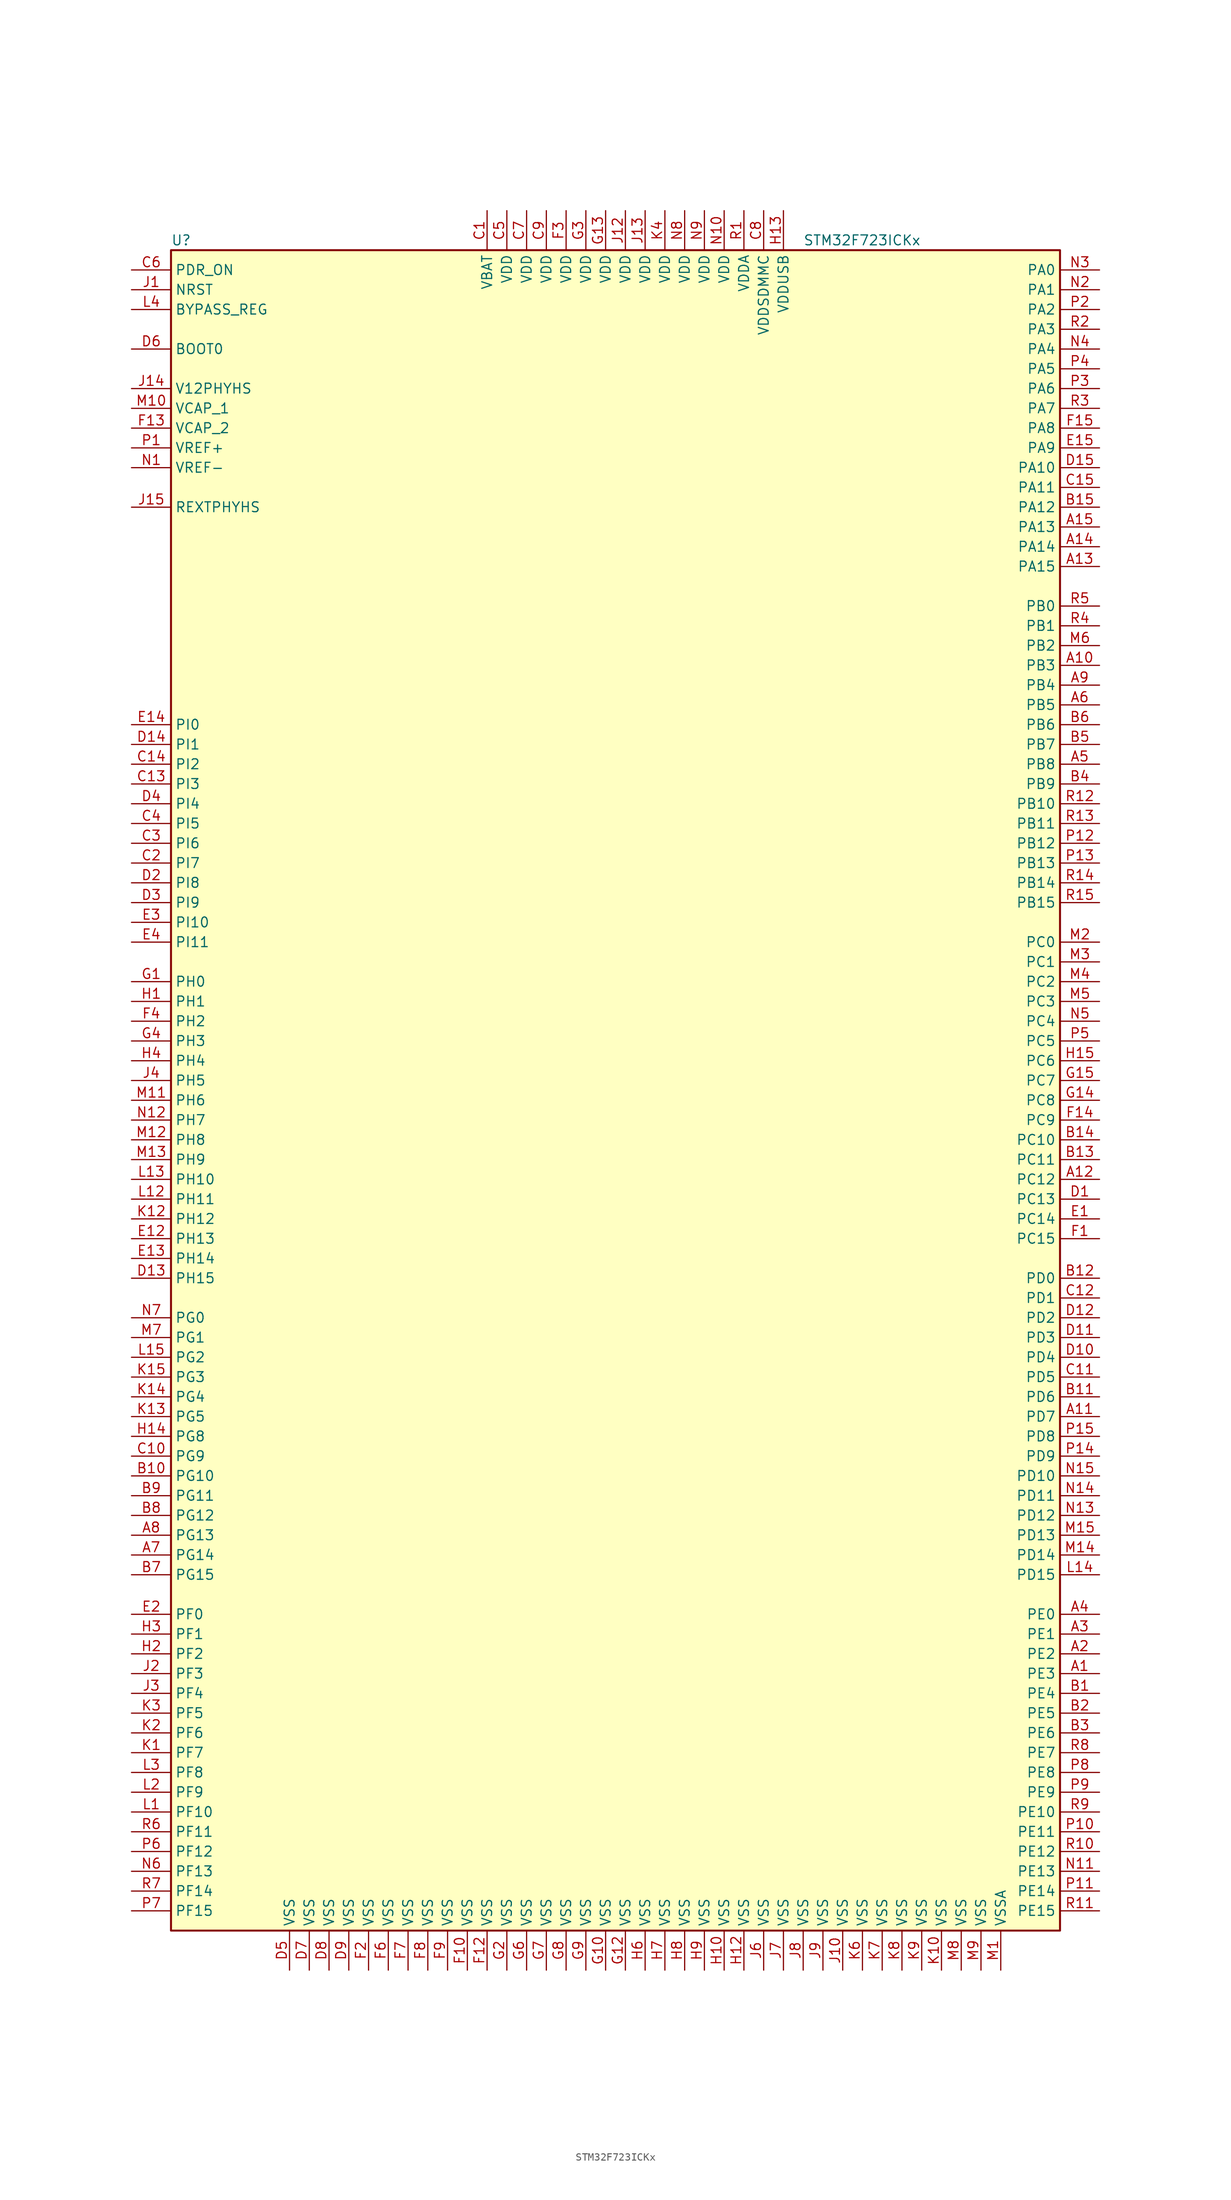
<source format=kicad_sym>
(kicad_symbol_lib
  (version 20211014)
  (generator kicad_symbol_editor)
  (symbol "STM32F723ICKx"
    (property "Reference" "U"
      (at -58.42 107.95 0)
      (effects (font (size 1.27 1.27)) (justify left)))
    (property "Value" "STM32F723ICKx"
      (at 22.86 107.95 0)
      (effects (font (size 1.27 1.27)) (justify left)))
    (symbol "STM32F723ICKx_0_1"
      (rectangle (start -58.42 -109.22) (end 55.88 106.68) (stroke (width 0.254) (type default) (color 0 0 0 0)) (fill (type background))))
    (symbol "STM32F723ICKx_1_1"
      (pin bidirectional line (at 60.96 -76.2 180) (length 5.08) (name "PE3" (effects (font (size 1.27 1.27)))) (number "A1" (effects (font (size 1.27 1.27)))))
      (pin bidirectional line (at 60.96 53.34 180) (length 5.08) (name "PB3" (effects (font (size 1.27 1.27)))) (number "A10" (effects (font (size 1.27 1.27)))))
      (pin bidirectional line (at 60.96 -43.18 180) (length 5.08) (name "PD7" (effects (font (size 1.27 1.27)))) (number "A11" (effects (font (size 1.27 1.27)))))
      (pin bidirectional line (at 60.96 -12.7 180) (length 5.08) (name "PC12" (effects (font (size 1.27 1.27)))) (number "A12" (effects (font (size 1.27 1.27)))))
      (pin bidirectional line (at 60.96 66.04 180) (length 5.08) (name "PA15" (effects (font (size 1.27 1.27)))) (number "A13" (effects (font (size 1.27 1.27)))))
      (pin bidirectional line (at 60.96 68.58 180) (length 5.08) (name "PA14" (effects (font (size 1.27 1.27)))) (number "A14" (effects (font (size 1.27 1.27)))))
      (pin bidirectional line (at 60.96 71.12 180) (length 5.08) (name "PA13" (effects (font (size 1.27 1.27)))) (number "A15" (effects (font (size 1.27 1.27)))))
      (pin bidirectional line (at 60.96 -73.66 180) (length 5.08) (name "PE2" (effects (font (size 1.27 1.27)))) (number "A2" (effects (font (size 1.27 1.27)))))
      (pin bidirectional line (at 60.96 -71.12 180) (length 5.08) (name "PE1" (effects (font (size 1.27 1.27)))) (number "A3" (effects (font (size 1.27 1.27)))))
      (pin bidirectional line (at 60.96 -68.58 180) (length 5.08) (name "PE0" (effects (font (size 1.27 1.27)))) (number "A4" (effects (font (size 1.27 1.27)))))
      (pin bidirectional line (at 60.96 40.64 180) (length 5.08) (name "PB8" (effects (font (size 1.27 1.27)))) (number "A5" (effects (font (size 1.27 1.27)))))
      (pin bidirectional line (at 60.96 48.26 180) (length 5.08) (name "PB5" (effects (font (size 1.27 1.27)))) (number "A6" (effects (font (size 1.27 1.27)))))
      (pin bidirectional line (at -63.5 -60.96 0) (length 5.08) (name "PG14" (effects (font (size 1.27 1.27)))) (number "A7" (effects (font (size 1.27 1.27)))))
      (pin bidirectional line (at -63.5 -58.42 0) (length 5.08) (name "PG13" (effects (font (size 1.27 1.27)))) (number "A8" (effects (font (size 1.27 1.27)))))
      (pin bidirectional line (at 60.96 50.8 180) (length 5.08) (name "PB4" (effects (font (size 1.27 1.27)))) (number "A9" (effects (font (size 1.27 1.27)))))
      (pin bidirectional line (at 60.96 -78.74 180) (length 5.08) (name "PE4" (effects (font (size 1.27 1.27)))) (number "B1" (effects (font (size 1.27 1.27)))))
      (pin bidirectional line (at -63.5 -50.8 0) (length 5.08) (name "PG10" (effects (font (size 1.27 1.27)))) (number "B10" (effects (font (size 1.27 1.27)))))
      (pin bidirectional line (at 60.96 -40.64 180) (length 5.08) (name "PD6" (effects (font (size 1.27 1.27)))) (number "B11" (effects (font (size 1.27 1.27)))))
      (pin bidirectional line (at 60.96 -25.4 180) (length 5.08) (name "PD0" (effects (font (size 1.27 1.27)))) (number "B12" (effects (font (size 1.27 1.27)))))
      (pin bidirectional line (at 60.96 -10.16 180) (length 5.08) (name "PC11" (effects (font (size 1.27 1.27)))) (number "B13" (effects (font (size 1.27 1.27)))))
      (pin bidirectional line (at 60.96 -7.62 180) (length 5.08) (name "PC10" (effects (font (size 1.27 1.27)))) (number "B14" (effects (font (size 1.27 1.27)))))
      (pin bidirectional line (at 60.96 73.66 180) (length 5.08) (name "PA12" (effects (font (size 1.27 1.27)))) (number "B15" (effects (font (size 1.27 1.27)))))
      (pin bidirectional line (at 60.96 -81.28 180) (length 5.08) (name "PE5" (effects (font (size 1.27 1.27)))) (number "B2" (effects (font (size 1.27 1.27)))))
      (pin bidirectional line (at 60.96 -83.82 180) (length 5.08) (name "PE6" (effects (font (size 1.27 1.27)))) (number "B3" (effects (font (size 1.27 1.27)))))
      (pin bidirectional line (at 60.96 38.1 180) (length 5.08) (name "PB9" (effects (font (size 1.27 1.27)))) (number "B4" (effects (font (size 1.27 1.27)))))
      (pin bidirectional line (at 60.96 43.18 180) (length 5.08) (name "PB7" (effects (font (size 1.27 1.27)))) (number "B5" (effects (font (size 1.27 1.27)))))
      (pin bidirectional line (at 60.96 45.72 180) (length 5.08) (name "PB6" (effects (font (size 1.27 1.27)))) (number "B6" (effects (font (size 1.27 1.27)))))
      (pin bidirectional line (at -63.5 -63.5 0) (length 5.08) (name "PG15" (effects (font (size 1.27 1.27)))) (number "B7" (effects (font (size 1.27 1.27)))))
      (pin bidirectional line (at -63.5 -55.88 0) (length 5.08) (name "PG12" (effects (font (size 1.27 1.27)))) (number "B8" (effects (font (size 1.27 1.27)))))
      (pin bidirectional line (at -63.5 -53.34 0) (length 5.08) (name "PG11" (effects (font (size 1.27 1.27)))) (number "B9" (effects (font (size 1.27 1.27)))))
      (pin power_in line (at -17.78 111.76 270) (length 5.08) (name "VBAT" (effects (font (size 1.27 1.27)))) (number "C1" (effects (font (size 1.27 1.27)))))
      (pin bidirectional line (at -63.5 -48.26 0) (length 5.08) (name "PG9" (effects (font (size 1.27 1.27)))) (number "C10" (effects (font (size 1.27 1.27)))))
      (pin bidirectional line (at 60.96 -38.1 180) (length 5.08) (name "PD5" (effects (font (size 1.27 1.27)))) (number "C11" (effects (font (size 1.27 1.27)))))
      (pin bidirectional line (at 60.96 -27.94 180) (length 5.08) (name "PD1" (effects (font (size 1.27 1.27)))) (number "C12" (effects (font (size 1.27 1.27)))))
      (pin bidirectional line (at -63.5 38.1 0) (length 5.08) (name "PI3" (effects (font (size 1.27 1.27)))) (number "C13" (effects (font (size 1.27 1.27)))))
      (pin bidirectional line (at -63.5 40.64 0) (length 5.08) (name "PI2" (effects (font (size 1.27 1.27)))) (number "C14" (effects (font (size 1.27 1.27)))))
      (pin bidirectional line (at 60.96 76.2 180) (length 5.08) (name "PA11" (effects (font (size 1.27 1.27)))) (number "C15" (effects (font (size 1.27 1.27)))))
      (pin bidirectional line (at -63.5 27.94 0) (length 5.08) (name "PI7" (effects (font (size 1.27 1.27)))) (number "C2" (effects (font (size 1.27 1.27)))))
      (pin bidirectional line (at -63.5 30.48 0) (length 5.08) (name "PI6" (effects (font (size 1.27 1.27)))) (number "C3" (effects (font (size 1.27 1.27)))))
      (pin bidirectional line (at -63.5 33.02 0) (length 5.08) (name "PI5" (effects (font (size 1.27 1.27)))) (number "C4" (effects (font (size 1.27 1.27)))))
      (pin power_in line (at -15.24 111.76 270) (length 5.08) (name "VDD" (effects (font (size 1.27 1.27)))) (number "C5" (effects (font (size 1.27 1.27)))))
      (pin input line (at -63.5 104.14 0) (length 5.08) (name "PDR_ON" (effects (font (size 1.27 1.27)))) (number "C6" (effects (font (size 1.27 1.27)))))
      (pin power_in line (at -12.7 111.76 270) (length 5.08) (name "VDD" (effects (font (size 1.27 1.27)))) (number "C7" (effects (font (size 1.27 1.27)))))
      (pin power_in line (at 17.78 111.76 270) (length 5.08) (name "VDDSDMMC" (effects (font (size 1.27 1.27)))) (number "C8" (effects (font (size 1.27 1.27)))))
      (pin power_in line (at -10.16 111.76 270) (length 5.08) (name "VDD" (effects (font (size 1.27 1.27)))) (number "C9" (effects (font (size 1.27 1.27)))))
      (pin bidirectional line (at 60.96 -15.24 180) (length 5.08) (name "PC13" (effects (font (size 1.27 1.27)))) (number "D1" (effects (font (size 1.27 1.27)))))
      (pin bidirectional line (at 60.96 -35.56 180) (length 5.08) (name "PD4" (effects (font (size 1.27 1.27)))) (number "D10" (effects (font (size 1.27 1.27)))))
      (pin bidirectional line (at 60.96 -33.02 180) (length 5.08) (name "PD3" (effects (font (size 1.27 1.27)))) (number "D11" (effects (font (size 1.27 1.27)))))
      (pin bidirectional line (at 60.96 -30.48 180) (length 5.08) (name "PD2" (effects (font (size 1.27 1.27)))) (number "D12" (effects (font (size 1.27 1.27)))))
      (pin bidirectional line (at -63.5 -25.4 0) (length 5.08) (name "PH15" (effects (font (size 1.27 1.27)))) (number "D13" (effects (font (size 1.27 1.27)))))
      (pin bidirectional line (at -63.5 43.18 0) (length 5.08) (name "PI1" (effects (font (size 1.27 1.27)))) (number "D14" (effects (font (size 1.27 1.27)))))
      (pin bidirectional line (at 60.96 78.74 180) (length 5.08) (name "PA10" (effects (font (size 1.27 1.27)))) (number "D15" (effects (font (size 1.27 1.27)))))
      (pin bidirectional line (at -63.5 25.4 0) (length 5.08) (name "PI8" (effects (font (size 1.27 1.27)))) (number "D2" (effects (font (size 1.27 1.27)))))
      (pin bidirectional line (at -63.5 22.86 0) (length 5.08) (name "PI9" (effects (font (size 1.27 1.27)))) (number "D3" (effects (font (size 1.27 1.27)))))
      (pin bidirectional line (at -63.5 35.56 0) (length 5.08) (name "PI4" (effects (font (size 1.27 1.27)))) (number "D4" (effects (font (size 1.27 1.27)))))
      (pin power_in line (at -43.18 -114.3 90) (length 5.08) (name "VSS" (effects (font (size 1.27 1.27)))) (number "D5" (effects (font (size 1.27 1.27)))))
      (pin input line (at -63.5 93.98 0) (length 5.08) (name "BOOT0" (effects (font (size 1.27 1.27)))) (number "D6" (effects (font (size 1.27 1.27)))))
      (pin power_in line (at -40.64 -114.3 90) (length 5.08) (name "VSS" (effects (font (size 1.27 1.27)))) (number "D7" (effects (font (size 1.27 1.27)))))
      (pin power_in line (at -38.1 -114.3 90) (length 5.08) (name "VSS" (effects (font (size 1.27 1.27)))) (number "D8" (effects (font (size 1.27 1.27)))))
      (pin power_in line (at -35.56 -114.3 90) (length 5.08) (name "VSS" (effects (font (size 1.27 1.27)))) (number "D9" (effects (font (size 1.27 1.27)))))
      (pin bidirectional line (at 60.96 -17.78 180) (length 5.08) (name "PC14" (effects (font (size 1.27 1.27)))) (number "E1" (effects (font (size 1.27 1.27)))))
      (pin bidirectional line (at -63.5 -20.32 0) (length 5.08) (name "PH13" (effects (font (size 1.27 1.27)))) (number "E12" (effects (font (size 1.27 1.27)))))
      (pin bidirectional line (at -63.5 -22.86 0) (length 5.08) (name "PH14" (effects (font (size 1.27 1.27)))) (number "E13" (effects (font (size 1.27 1.27)))))
      (pin bidirectional line (at -63.5 45.72 0) (length 5.08) (name "PI0" (effects (font (size 1.27 1.27)))) (number "E14" (effects (font (size 1.27 1.27)))))
      (pin bidirectional line (at 60.96 81.28 180) (length 5.08) (name "PA9" (effects (font (size 1.27 1.27)))) (number "E15" (effects (font (size 1.27 1.27)))))
      (pin bidirectional line (at -63.5 -68.58 0) (length 5.08) (name "PF0" (effects (font (size 1.27 1.27)))) (number "E2" (effects (font (size 1.27 1.27)))))
      (pin bidirectional line (at -63.5 20.32 0) (length 5.08) (name "PI10" (effects (font (size 1.27 1.27)))) (number "E3" (effects (font (size 1.27 1.27)))))
      (pin bidirectional line (at -63.5 17.78 0) (length 5.08) (name "PI11" (effects (font (size 1.27 1.27)))) (number "E4" (effects (font (size 1.27 1.27)))))
      (pin bidirectional line (at 60.96 -20.32 180) (length 5.08) (name "PC15" (effects (font (size 1.27 1.27)))) (number "F1" (effects (font (size 1.27 1.27)))))
      (pin power_in line (at -20.32 -114.3 90) (length 5.08) (name "VSS" (effects (font (size 1.27 1.27)))) (number "F10" (effects (font (size 1.27 1.27)))))
      (pin power_in line (at -17.78 -114.3 90) (length 5.08) (name "VSS" (effects (font (size 1.27 1.27)))) (number "F12" (effects (font (size 1.27 1.27)))))
      (pin power_in line (at -63.5 83.82 0) (length 5.08) (name "VCAP_2" (effects (font (size 1.27 1.27)))) (number "F13" (effects (font (size 1.27 1.27)))))
      (pin bidirectional line (at 60.96 -5.08 180) (length 5.08) (name "PC9" (effects (font (size 1.27 1.27)))) (number "F14" (effects (font (size 1.27 1.27)))))
      (pin bidirectional line (at 60.96 83.82 180) (length 5.08) (name "PA8" (effects (font (size 1.27 1.27)))) (number "F15" (effects (font (size 1.27 1.27)))))
      (pin power_in line (at -33.02 -114.3 90) (length 5.08) (name "VSS" (effects (font (size 1.27 1.27)))) (number "F2" (effects (font (size 1.27 1.27)))))
      (pin power_in line (at -7.62 111.76 270) (length 5.08) (name "VDD" (effects (font (size 1.27 1.27)))) (number "F3" (effects (font (size 1.27 1.27)))))
      (pin bidirectional line (at -63.5 7.62 0) (length 5.08) (name "PH2" (effects (font (size 1.27 1.27)))) (number "F4" (effects (font (size 1.27 1.27)))))
      (pin power_in line (at -30.48 -114.3 90) (length 5.08) (name "VSS" (effects (font (size 1.27 1.27)))) (number "F6" (effects (font (size 1.27 1.27)))))
      (pin power_in line (at -27.94 -114.3 90) (length 5.08) (name "VSS" (effects (font (size 1.27 1.27)))) (number "F7" (effects (font (size 1.27 1.27)))))
      (pin power_in line (at -25.4 -114.3 90) (length 5.08) (name "VSS" (effects (font (size 1.27 1.27)))) (number "F8" (effects (font (size 1.27 1.27)))))
      (pin power_in line (at -22.86 -114.3 90) (length 5.08) (name "VSS" (effects (font (size 1.27 1.27)))) (number "F9" (effects (font (size 1.27 1.27)))))
      (pin input line (at -63.5 12.7 0) (length 5.08) (name "PH0" (effects (font (size 1.27 1.27)))) (number "G1" (effects (font (size 1.27 1.27)))))
      (pin power_in line (at -2.54 -114.3 90) (length 5.08) (name "VSS" (effects (font (size 1.27 1.27)))) (number "G10" (effects (font (size 1.27 1.27)))))
      (pin power_in line (at 0 -114.3 90) (length 5.08) (name "VSS" (effects (font (size 1.27 1.27)))) (number "G12" (effects (font (size 1.27 1.27)))))
      (pin power_in line (at -2.54 111.76 270) (length 5.08) (name "VDD" (effects (font (size 1.27 1.27)))) (number "G13" (effects (font (size 1.27 1.27)))))
      (pin bidirectional line (at 60.96 -2.54 180) (length 5.08) (name "PC8" (effects (font (size 1.27 1.27)))) (number "G14" (effects (font (size 1.27 1.27)))))
      (pin bidirectional line (at 60.96 0 180) (length 5.08) (name "PC7" (effects (font (size 1.27 1.27)))) (number "G15" (effects (font (size 1.27 1.27)))))
      (pin power_in line (at -15.24 -114.3 90) (length 5.08) (name "VSS" (effects (font (size 1.27 1.27)))) (number "G2" (effects (font (size 1.27 1.27)))))
      (pin power_in line (at -5.08 111.76 270) (length 5.08) (name "VDD" (effects (font (size 1.27 1.27)))) (number "G3" (effects (font (size 1.27 1.27)))))
      (pin bidirectional line (at -63.5 5.08 0) (length 5.08) (name "PH3" (effects (font (size 1.27 1.27)))) (number "G4" (effects (font (size 1.27 1.27)))))
      (pin power_in line (at -12.7 -114.3 90) (length 5.08) (name "VSS" (effects (font (size 1.27 1.27)))) (number "G6" (effects (font (size 1.27 1.27)))))
      (pin power_in line (at -10.16 -114.3 90) (length 5.08) (name "VSS" (effects (font (size 1.27 1.27)))) (number "G7" (effects (font (size 1.27 1.27)))))
      (pin power_in line (at -7.62 -114.3 90) (length 5.08) (name "VSS" (effects (font (size 1.27 1.27)))) (number "G8" (effects (font (size 1.27 1.27)))))
      (pin power_in line (at -5.08 -114.3 90) (length 5.08) (name "VSS" (effects (font (size 1.27 1.27)))) (number "G9" (effects (font (size 1.27 1.27)))))
      (pin input line (at -63.5 10.16 0) (length 5.08) (name "PH1" (effects (font (size 1.27 1.27)))) (number "H1" (effects (font (size 1.27 1.27)))))
      (pin power_in line (at 12.7 -114.3 90) (length 5.08) (name "VSS" (effects (font (size 1.27 1.27)))) (number "H10" (effects (font (size 1.27 1.27)))))
      (pin power_in line (at 15.24 -114.3 90) (length 5.08) (name "VSS" (effects (font (size 1.27 1.27)))) (number "H12" (effects (font (size 1.27 1.27)))))
      (pin power_in line (at 20.32 111.76 270) (length 5.08) (name "VDDUSB" (effects (font (size 1.27 1.27)))) (number "H13" (effects (font (size 1.27 1.27)))))
      (pin bidirectional line (at -63.5 -45.72 0) (length 5.08) (name "PG8" (effects (font (size 1.27 1.27)))) (number "H14" (effects (font (size 1.27 1.27)))))
      (pin bidirectional line (at 60.96 2.54 180) (length 5.08) (name "PC6" (effects (font (size 1.27 1.27)))) (number "H15" (effects (font (size 1.27 1.27)))))
      (pin bidirectional line (at -63.5 -73.66 0) (length 5.08) (name "PF2" (effects (font (size 1.27 1.27)))) (number "H2" (effects (font (size 1.27 1.27)))))
      (pin bidirectional line (at -63.5 -71.12 0) (length 5.08) (name "PF1" (effects (font (size 1.27 1.27)))) (number "H3" (effects (font (size 1.27 1.27)))))
      (pin bidirectional line (at -63.5 2.54 0) (length 5.08) (name "PH4" (effects (font (size 1.27 1.27)))) (number "H4" (effects (font (size 1.27 1.27)))))
      (pin power_in line (at 2.54 -114.3 90) (length 5.08) (name "VSS" (effects (font (size 1.27 1.27)))) (number "H6" (effects (font (size 1.27 1.27)))))
      (pin power_in line (at 5.08 -114.3 90) (length 5.08) (name "VSS" (effects (font (size 1.27 1.27)))) (number "H7" (effects (font (size 1.27 1.27)))))
      (pin power_in line (at 7.62 -114.3 90) (length 5.08) (name "VSS" (effects (font (size 1.27 1.27)))) (number "H8" (effects (font (size 1.27 1.27)))))
      (pin power_in line (at 10.16 -114.3 90) (length 5.08) (name "VSS" (effects (font (size 1.27 1.27)))) (number "H9" (effects (font (size 1.27 1.27)))))
      (pin input line (at -63.5 101.6 0) (length 5.08) (name "NRST" (effects (font (size 1.27 1.27)))) (number "J1" (effects (font (size 1.27 1.27)))))
      (pin power_in line (at 27.94 -114.3 90) (length 5.08) (name "VSS" (effects (font (size 1.27 1.27)))) (number "J10" (effects (font (size 1.27 1.27)))))
      (pin power_in line (at 0 111.76 270) (length 5.08) (name "VDD" (effects (font (size 1.27 1.27)))) (number "J12" (effects (font (size 1.27 1.27)))))
      (pin power_in line (at 2.54 111.76 270) (length 5.08) (name "VDD" (effects (font (size 1.27 1.27)))) (number "J13" (effects (font (size 1.27 1.27)))))
      (pin power_in line (at -63.5 88.9 0) (length 5.08) (name "V12PHYHS" (effects (font (size 1.27 1.27)))) (number "J14" (effects (font (size 1.27 1.27)))))
      (pin bidirectional line (at -63.5 73.66 0) (length 5.08) (name "REXTPHYHS" (effects (font (size 1.27 1.27)))) (number "J15" (effects (font (size 1.27 1.27)))))
      (pin bidirectional line (at -63.5 -76.2 0) (length 5.08) (name "PF3" (effects (font (size 1.27 1.27)))) (number "J2" (effects (font (size 1.27 1.27)))))
      (pin bidirectional line (at -63.5 -78.74 0) (length 5.08) (name "PF4" (effects (font (size 1.27 1.27)))) (number "J3" (effects (font (size 1.27 1.27)))))
      (pin bidirectional line (at -63.5 0 0) (length 5.08) (name "PH5" (effects (font (size 1.27 1.27)))) (number "J4" (effects (font (size 1.27 1.27)))))
      (pin power_in line (at 17.78 -114.3 90) (length 5.08) (name "VSS" (effects (font (size 1.27 1.27)))) (number "J6" (effects (font (size 1.27 1.27)))))
      (pin power_in line (at 20.32 -114.3 90) (length 5.08) (name "VSS" (effects (font (size 1.27 1.27)))) (number "J7" (effects (font (size 1.27 1.27)))))
      (pin power_in line (at 22.86 -114.3 90) (length 5.08) (name "VSS" (effects (font (size 1.27 1.27)))) (number "J8" (effects (font (size 1.27 1.27)))))
      (pin power_in line (at 25.4 -114.3 90) (length 5.08) (name "VSS" (effects (font (size 1.27 1.27)))) (number "J9" (effects (font (size 1.27 1.27)))))
      (pin bidirectional line (at -63.5 -86.36 0) (length 5.08) (name "PF7" (effects (font (size 1.27 1.27)))) (number "K1" (effects (font (size 1.27 1.27)))))
      (pin power_in line (at 40.64 -114.3 90) (length 5.08) (name "VSS" (effects (font (size 1.27 1.27)))) (number "K10" (effects (font (size 1.27 1.27)))))
      (pin bidirectional line (at -63.5 -17.78 0) (length 5.08) (name "PH12" (effects (font (size 1.27 1.27)))) (number "K12" (effects (font (size 1.27 1.27)))))
      (pin bidirectional line (at -63.5 -43.18 0) (length 5.08) (name "PG5" (effects (font (size 1.27 1.27)))) (number "K13" (effects (font (size 1.27 1.27)))))
      (pin bidirectional line (at -63.5 -40.64 0) (length 5.08) (name "PG4" (effects (font (size 1.27 1.27)))) (number "K14" (effects (font (size 1.27 1.27)))))
      (pin bidirectional line (at -63.5 -38.1 0) (length 5.08) (name "PG3" (effects (font (size 1.27 1.27)))) (number "K15" (effects (font (size 1.27 1.27)))))
      (pin bidirectional line (at -63.5 -83.82 0) (length 5.08) (name "PF6" (effects (font (size 1.27 1.27)))) (number "K2" (effects (font (size 1.27 1.27)))))
      (pin bidirectional line (at -63.5 -81.28 0) (length 5.08) (name "PF5" (effects (font (size 1.27 1.27)))) (number "K3" (effects (font (size 1.27 1.27)))))
      (pin power_in line (at 5.08 111.76 270) (length 5.08) (name "VDD" (effects (font (size 1.27 1.27)))) (number "K4" (effects (font (size 1.27 1.27)))))
      (pin power_in line (at 30.48 -114.3 90) (length 5.08) (name "VSS" (effects (font (size 1.27 1.27)))) (number "K6" (effects (font (size 1.27 1.27)))))
      (pin power_in line (at 33.02 -114.3 90) (length 5.08) (name "VSS" (effects (font (size 1.27 1.27)))) (number "K7" (effects (font (size 1.27 1.27)))))
      (pin power_in line (at 35.56 -114.3 90) (length 5.08) (name "VSS" (effects (font (size 1.27 1.27)))) (number "K8" (effects (font (size 1.27 1.27)))))
      (pin power_in line (at 38.1 -114.3 90) (length 5.08) (name "VSS" (effects (font (size 1.27 1.27)))) (number "K9" (effects (font (size 1.27 1.27)))))
      (pin bidirectional line (at -63.5 -93.98 0) (length 5.08) (name "PF10" (effects (font (size 1.27 1.27)))) (number "L1" (effects (font (size 1.27 1.27)))))
      (pin bidirectional line (at -63.5 -15.24 0) (length 5.08) (name "PH11" (effects (font (size 1.27 1.27)))) (number "L12" (effects (font (size 1.27 1.27)))))
      (pin bidirectional line (at -63.5 -12.7 0) (length 5.08) (name "PH10" (effects (font (size 1.27 1.27)))) (number "L13" (effects (font (size 1.27 1.27)))))
      (pin bidirectional line (at 60.96 -63.5 180) (length 5.08) (name "PD15" (effects (font (size 1.27 1.27)))) (number "L14" (effects (font (size 1.27 1.27)))))
      (pin bidirectional line (at -63.5 -35.56 0) (length 5.08) (name "PG2" (effects (font (size 1.27 1.27)))) (number "L15" (effects (font (size 1.27 1.27)))))
      (pin bidirectional line (at -63.5 -91.44 0) (length 5.08) (name "PF9" (effects (font (size 1.27 1.27)))) (number "L2" (effects (font (size 1.27 1.27)))))
      (pin bidirectional line (at -63.5 -88.9 0) (length 5.08) (name "PF8" (effects (font (size 1.27 1.27)))) (number "L3" (effects (font (size 1.27 1.27)))))
      (pin input line (at -63.5 99.06 0) (length 5.08) (name "BYPASS_REG" (effects (font (size 1.27 1.27)))) (number "L4" (effects (font (size 1.27 1.27)))))
      (pin power_in line (at 48.26 -114.3 90) (length 5.08) (name "VSSA" (effects (font (size 1.27 1.27)))) (number "M1" (effects (font (size 1.27 1.27)))))
      (pin power_in line (at -63.5 86.36 0) (length 5.08) (name "VCAP_1" (effects (font (size 1.27 1.27)))) (number "M10" (effects (font (size 1.27 1.27)))))
      (pin bidirectional line (at -63.5 -2.54 0) (length 5.08) (name "PH6" (effects (font (size 1.27 1.27)))) (number "M11" (effects (font (size 1.27 1.27)))))
      (pin bidirectional line (at -63.5 -7.62 0) (length 5.08) (name "PH8" (effects (font (size 1.27 1.27)))) (number "M12" (effects (font (size 1.27 1.27)))))
      (pin bidirectional line (at -63.5 -10.16 0) (length 5.08) (name "PH9" (effects (font (size 1.27 1.27)))) (number "M13" (effects (font (size 1.27 1.27)))))
      (pin bidirectional line (at 60.96 -60.96 180) (length 5.08) (name "PD14" (effects (font (size 1.27 1.27)))) (number "M14" (effects (font (size 1.27 1.27)))))
      (pin bidirectional line (at 60.96 -58.42 180) (length 5.08) (name "PD13" (effects (font (size 1.27 1.27)))) (number "M15" (effects (font (size 1.27 1.27)))))
      (pin bidirectional line (at 60.96 17.78 180) (length 5.08) (name "PC0" (effects (font (size 1.27 1.27)))) (number "M2" (effects (font (size 1.27 1.27)))))
      (pin bidirectional line (at 60.96 15.24 180) (length 5.08) (name "PC1" (effects (font (size 1.27 1.27)))) (number "M3" (effects (font (size 1.27 1.27)))))
      (pin bidirectional line (at 60.96 12.7 180) (length 5.08) (name "PC2" (effects (font (size 1.27 1.27)))) (number "M4" (effects (font (size 1.27 1.27)))))
      (pin bidirectional line (at 60.96 10.16 180) (length 5.08) (name "PC3" (effects (font (size 1.27 1.27)))) (number "M5" (effects (font (size 1.27 1.27)))))
      (pin bidirectional line (at 60.96 55.88 180) (length 5.08) (name "PB2" (effects (font (size 1.27 1.27)))) (number "M6" (effects (font (size 1.27 1.27)))))
      (pin bidirectional line (at -63.5 -33.02 0) (length 5.08) (name "PG1" (effects (font (size 1.27 1.27)))) (number "M7" (effects (font (size 1.27 1.27)))))
      (pin power_in line (at 43.18 -114.3 90) (length 5.08) (name "VSS" (effects (font (size 1.27 1.27)))) (number "M8" (effects (font (size 1.27 1.27)))))
      (pin power_in line (at 45.72 -114.3 90) (length 5.08) (name "VSS" (effects (font (size 1.27 1.27)))) (number "M9" (effects (font (size 1.27 1.27)))))
      (pin power_in line (at -63.5 78.74 0) (length 5.08) (name "VREF-" (effects (font (size 1.27 1.27)))) (number "N1" (effects (font (size 1.27 1.27)))))
      (pin power_in line (at 12.7 111.76 270) (length 5.08) (name "VDD" (effects (font (size 1.27 1.27)))) (number "N10" (effects (font (size 1.27 1.27)))))
      (pin bidirectional line (at 60.96 -101.6 180) (length 5.08) (name "PE13" (effects (font (size 1.27 1.27)))) (number "N11" (effects (font (size 1.27 1.27)))))
      (pin bidirectional line (at -63.5 -5.08 0) (length 5.08) (name "PH7" (effects (font (size 1.27 1.27)))) (number "N12" (effects (font (size 1.27 1.27)))))
      (pin bidirectional line (at 60.96 -55.88 180) (length 5.08) (name "PD12" (effects (font (size 1.27 1.27)))) (number "N13" (effects (font (size 1.27 1.27)))))
      (pin bidirectional line (at 60.96 -53.34 180) (length 5.08) (name "PD11" (effects (font (size 1.27 1.27)))) (number "N14" (effects (font (size 1.27 1.27)))))
      (pin bidirectional line (at 60.96 -50.8 180) (length 5.08) (name "PD10" (effects (font (size 1.27 1.27)))) (number "N15" (effects (font (size 1.27 1.27)))))
      (pin bidirectional line (at 60.96 101.6 180) (length 5.08) (name "PA1" (effects (font (size 1.27 1.27)))) (number "N2" (effects (font (size 1.27 1.27)))))
      (pin bidirectional line (at 60.96 104.14 180) (length 5.08) (name "PA0" (effects (font (size 1.27 1.27)))) (number "N3" (effects (font (size 1.27 1.27)))))
      (pin bidirectional line (at 60.96 93.98 180) (length 5.08) (name "PA4" (effects (font (size 1.27 1.27)))) (number "N4" (effects (font (size 1.27 1.27)))))
      (pin bidirectional line (at 60.96 7.62 180) (length 5.08) (name "PC4" (effects (font (size 1.27 1.27)))) (number "N5" (effects (font (size 1.27 1.27)))))
      (pin bidirectional line (at -63.5 -101.6 0) (length 5.08) (name "PF13" (effects (font (size 1.27 1.27)))) (number "N6" (effects (font (size 1.27 1.27)))))
      (pin bidirectional line (at -63.5 -30.48 0) (length 5.08) (name "PG0" (effects (font (size 1.27 1.27)))) (number "N7" (effects (font (size 1.27 1.27)))))
      (pin power_in line (at 7.62 111.76 270) (length 5.08) (name "VDD" (effects (font (size 1.27 1.27)))) (number "N8" (effects (font (size 1.27 1.27)))))
      (pin power_in line (at 10.16 111.76 270) (length 5.08) (name "VDD" (effects (font (size 1.27 1.27)))) (number "N9" (effects (font (size 1.27 1.27)))))
      (pin power_in line (at -63.5 81.28 0) (length 5.08) (name "VREF+" (effects (font (size 1.27 1.27)))) (number "P1" (effects (font (size 1.27 1.27)))))
      (pin bidirectional line (at 60.96 -96.52 180) (length 5.08) (name "PE11" (effects (font (size 1.27 1.27)))) (number "P10" (effects (font (size 1.27 1.27)))))
      (pin bidirectional line (at 60.96 -104.14 180) (length 5.08) (name "PE14" (effects (font (size 1.27 1.27)))) (number "P11" (effects (font (size 1.27 1.27)))))
      (pin bidirectional line (at 60.96 30.48 180) (length 5.08) (name "PB12" (effects (font (size 1.27 1.27)))) (number "P12" (effects (font (size 1.27 1.27)))))
      (pin bidirectional line (at 60.96 27.94 180) (length 5.08) (name "PB13" (effects (font (size 1.27 1.27)))) (number "P13" (effects (font (size 1.27 1.27)))))
      (pin bidirectional line (at 60.96 -48.26 180) (length 5.08) (name "PD9" (effects (font (size 1.27 1.27)))) (number "P14" (effects (font (size 1.27 1.27)))))
      (pin bidirectional line (at 60.96 -45.72 180) (length 5.08) (name "PD8" (effects (font (size 1.27 1.27)))) (number "P15" (effects (font (size 1.27 1.27)))))
      (pin bidirectional line (at 60.96 99.06 180) (length 5.08) (name "PA2" (effects (font (size 1.27 1.27)))) (number "P2" (effects (font (size 1.27 1.27)))))
      (pin bidirectional line (at 60.96 88.9 180) (length 5.08) (name "PA6" (effects (font (size 1.27 1.27)))) (number "P3" (effects (font (size 1.27 1.27)))))
      (pin bidirectional line (at 60.96 91.44 180) (length 5.08) (name "PA5" (effects (font (size 1.27 1.27)))) (number "P4" (effects (font (size 1.27 1.27)))))
      (pin bidirectional line (at 60.96 5.08 180) (length 5.08) (name "PC5" (effects (font (size 1.27 1.27)))) (number "P5" (effects (font (size 1.27 1.27)))))
      (pin bidirectional line (at -63.5 -99.06 0) (length 5.08) (name "PF12" (effects (font (size 1.27 1.27)))) (number "P6" (effects (font (size 1.27 1.27)))))
      (pin bidirectional line (at -63.5 -106.68 0) (length 5.08) (name "PF15" (effects (font (size 1.27 1.27)))) (number "P7" (effects (font (size 1.27 1.27)))))
      (pin bidirectional line (at 60.96 -88.9 180) (length 5.08) (name "PE8" (effects (font (size 1.27 1.27)))) (number "P8" (effects (font (size 1.27 1.27)))))
      (pin bidirectional line (at 60.96 -91.44 180) (length 5.08) (name "PE9" (effects (font (size 1.27 1.27)))) (number "P9" (effects (font (size 1.27 1.27)))))
      (pin power_in line (at 15.24 111.76 270) (length 5.08) (name "VDDA" (effects (font (size 1.27 1.27)))) (number "R1" (effects (font (size 1.27 1.27)))))
      (pin bidirectional line (at 60.96 -99.06 180) (length 5.08) (name "PE12" (effects (font (size 1.27 1.27)))) (number "R10" (effects (font (size 1.27 1.27)))))
      (pin bidirectional line (at 60.96 -106.68 180) (length 5.08) (name "PE15" (effects (font (size 1.27 1.27)))) (number "R11" (effects (font (size 1.27 1.27)))))
      (pin bidirectional line (at 60.96 35.56 180) (length 5.08) (name "PB10" (effects (font (size 1.27 1.27)))) (number "R12" (effects (font (size 1.27 1.27)))))
      (pin bidirectional line (at 60.96 33.02 180) (length 5.08) (name "PB11" (effects (font (size 1.27 1.27)))) (number "R13" (effects (font (size 1.27 1.27)))))
      (pin bidirectional line (at 60.96 25.4 180) (length 5.08) (name "PB14" (effects (font (size 1.27 1.27)))) (number "R14" (effects (font (size 1.27 1.27)))))
      (pin bidirectional line (at 60.96 22.86 180) (length 5.08) (name "PB15" (effects (font (size 1.27 1.27)))) (number "R15" (effects (font (size 1.27 1.27)))))
      (pin bidirectional line (at 60.96 96.52 180) (length 5.08) (name "PA3" (effects (font (size 1.27 1.27)))) (number "R2" (effects (font (size 1.27 1.27)))))
      (pin bidirectional line (at 60.96 86.36 180) (length 5.08) (name "PA7" (effects (font (size 1.27 1.27)))) (number "R3" (effects (font (size 1.27 1.27)))))
      (pin bidirectional line (at 60.96 58.42 180) (length 5.08) (name "PB1" (effects (font (size 1.27 1.27)))) (number "R4" (effects (font (size 1.27 1.27)))))
      (pin bidirectional line (at 60.96 60.96 180) (length 5.08) (name "PB0" (effects (font (size 1.27 1.27)))) (number "R5" (effects (font (size 1.27 1.27)))))
      (pin bidirectional line (at -63.5 -96.52 0) (length 5.08) (name "PF11" (effects (font (size 1.27 1.27)))) (number "R6" (effects (font (size 1.27 1.27)))))
      (pin bidirectional line (at -63.5 -104.14 0) (length 5.08) (name "PF14" (effects (font (size 1.27 1.27)))) (number "R7" (effects (font (size 1.27 1.27)))))
      (pin bidirectional line (at 60.96 -86.36 180) (length 5.08) (name "PE7" (effects (font (size 1.27 1.27)))) (number "R8" (effects (font (size 1.27 1.27)))))
      (pin bidirectional line (at 60.96 -93.98 180) (length 5.08) (name "PE10" (effects (font (size 1.27 1.27)))) (number "R9" (effects (font (size 1.27 1.27))))))))
</source>
